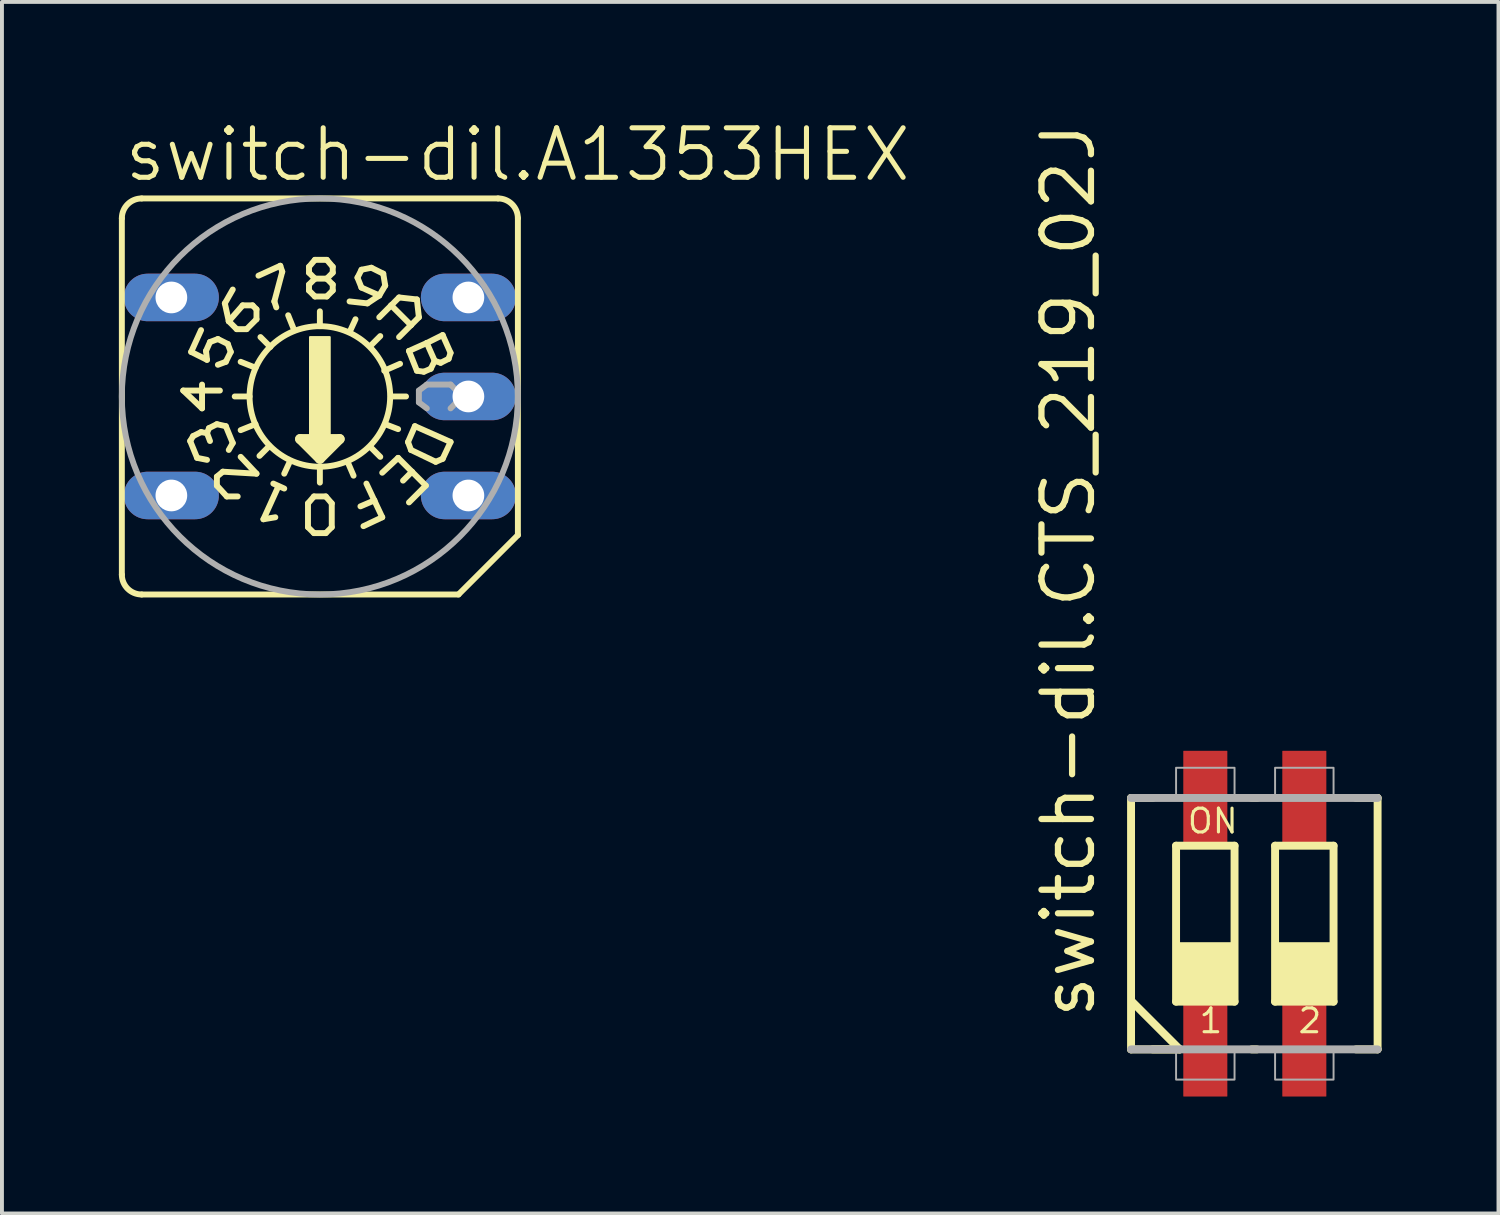
<source format=kicad_pcb>
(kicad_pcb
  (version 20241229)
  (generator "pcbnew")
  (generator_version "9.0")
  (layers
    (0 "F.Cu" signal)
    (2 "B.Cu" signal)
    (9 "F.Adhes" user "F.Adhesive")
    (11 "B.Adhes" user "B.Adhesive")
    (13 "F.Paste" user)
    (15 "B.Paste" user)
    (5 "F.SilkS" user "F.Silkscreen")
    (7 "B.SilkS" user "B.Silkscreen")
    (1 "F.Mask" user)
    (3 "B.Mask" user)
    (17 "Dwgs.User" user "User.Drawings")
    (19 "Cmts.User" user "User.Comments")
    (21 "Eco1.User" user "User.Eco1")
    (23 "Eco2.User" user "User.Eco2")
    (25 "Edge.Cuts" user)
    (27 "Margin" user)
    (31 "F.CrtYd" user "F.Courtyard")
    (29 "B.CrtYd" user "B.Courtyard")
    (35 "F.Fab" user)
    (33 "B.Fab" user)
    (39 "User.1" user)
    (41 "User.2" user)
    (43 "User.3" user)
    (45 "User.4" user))
  (footprint "switch-dil.A1353HEX"
    (layer "F.Cu")
    (at 5.156 7.121)
    (property "Reference" "switch-dil.A1353HEX" (at -5.08 -5.461 0) (layer "F.SilkS") (effects (font (size 1.27 1.27) (thickness 0.13)) (justify left bottom)))
    (attr through_hole)
    (fp_line (start -5.08 4.572) (end -5.08 -4.572) (stroke (width 0.152) (type default)) (layer "F.SilkS"))
    (fp_line (start -3.505 -0.152) (end -3.023 0.305) (stroke (width 0.152) (type default)) (layer "F.SilkS"))
    (fp_line (start -3.327 1.143) (end -3.15 1.575) (stroke (width 0.152) (type default)) (layer "F.SilkS"))
    (fp_line (start -3.302 -1.143) (end -3.048 -1.702) (stroke (width 0.152) (type default)) (layer "F.SilkS"))
    (fp_line (start -3.302 -1.143) (end -2.896 -0.94) (stroke (width 0.152) (type default)) (layer "F.SilkS"))
    (fp_line (start -3.251 1.016) (end -3.327 1.143) (stroke (width 0.152) (type default)) (layer "F.SilkS"))
    (fp_line (start -3.048 0.914) (end -3.251 1.016) (stroke (width 0.152) (type default)) (layer "F.SilkS"))
    (fp_line (start -3.023 0.305) (end -3.023 -0.305) (stroke (width 0.152) (type default)) (layer "F.SilkS"))
    (fp_line (start -2.921 -1.168) (end -2.819 -1.397) (stroke (width 0.152) (type default)) (layer "F.SilkS"))
    (fp_line (start -2.896 -0.94) (end -2.921 -1.168) (stroke (width 0.152) (type default)) (layer "F.SilkS"))
    (fp_line (start -2.896 0.94) (end -3.048 0.914) (stroke (width 0.152) (type default)) (layer "F.SilkS"))
    (fp_line (start -2.896 0.94) (end -2.819 1.143) (stroke (width 0.152) (type default)) (layer "F.SilkS"))
    (fp_line (start -2.896 1.626) (end -3.15 1.575) (stroke (width 0.152) (type default)) (layer "F.SilkS"))
    (fp_line (start -2.845 0.813) (end -2.896 0.94) (stroke (width 0.152) (type default)) (layer "F.SilkS"))
    (fp_line (start -2.819 -1.397) (end -2.616 -1.473) (stroke (width 0.152) (type default)) (layer "F.SilkS"))
    (fp_line (start -2.642 0.711) (end -2.845 0.813) (stroke (width 0.152) (type default)) (layer "F.SilkS"))
    (fp_line (start -2.642 2.057) (end -2.489 1.93) (stroke (width 0.152) (type default)) (layer "F.SilkS"))
    (fp_line (start -2.642 2.286) (end -2.642 2.057) (stroke (width 0.152) (type default)) (layer "F.SilkS"))
    (fp_line (start -2.642 2.286) (end -2.388 2.565) (stroke (width 0.152) (type default)) (layer "F.SilkS"))
    (fp_line (start -2.616 -1.473) (end -2.362 -1.346) (stroke (width 0.152) (type default)) (layer "F.SilkS"))
    (fp_line (start -2.565 -0.152) (end -3.505 -0.152) (stroke (width 0.152) (type default)) (layer "F.SilkS"))
    (fp_line (start -2.489 1.93) (end -1.626 1.981) (stroke (width 0.152) (type default)) (layer "F.SilkS"))
    (fp_line (start -2.438 -2.388) (end -2.235 -2.743) (stroke (width 0.152) (type default)) (layer "F.SilkS"))
    (fp_line (start -2.413 -0.889) (end -2.616 -0.813) (stroke (width 0.152) (type default)) (layer "F.SilkS"))
    (fp_line (start -2.413 0.762) (end -2.642 0.711) (stroke (width 0.152) (type default)) (layer "F.SilkS"))
    (fp_line (start -2.413 0.762) (end -2.235 1.194) (stroke (width 0.152) (type default)) (layer "F.SilkS"))
    (fp_line (start -2.388 2.565) (end -2.108 2.565) (stroke (width 0.152) (type default)) (layer "F.SilkS"))
    (fp_line (start -2.362 -1.346) (end -2.286 -1.143) (stroke (width 0.152) (type default)) (layer "F.SilkS"))
    (fp_line (start -2.337 -1.93) (end -2.438 -2.388) (stroke (width 0.152) (type default)) (layer "F.SilkS"))
    (fp_line (start -2.337 1.372) (end -2.235 1.194) (stroke (width 0.152) (type default)) (layer "F.SilkS"))
    (fp_line (start -2.286 -1.143) (end -2.413 -0.889) (stroke (width 0.152) (type default)) (layer "F.SilkS"))
    (fp_line (start -2.184 0) (end -1.803 0) (stroke (width 0.152) (type default)) (layer "F.SilkS"))
    (fp_line (start -2.134 -1.727) (end -2.337 -1.93) (stroke (width 0.152) (type default)) (layer "F.SilkS"))
    (fp_line (start -2.032 1.549) (end -1.626 1.981) (stroke (width 0.152) (type default)) (layer "F.SilkS"))
    (fp_line (start -1.981 -2.337) (end -2.337 -1.93) (stroke (width 0.152) (type default)) (layer "F.SilkS"))
    (fp_line (start -1.88 -1.727) (end -2.134 -1.727) (stroke (width 0.152) (type default)) (layer "F.SilkS"))
    (fp_line (start -1.88 -1.727) (end -1.626 -1.981) (stroke (width 0.152) (type default)) (layer "F.SilkS"))
    (fp_line (start -1.727 -2.337) (end -1.981 -2.337) (stroke (width 0.152) (type default)) (layer "F.SilkS"))
    (fp_line (start -1.651 -0.737) (end -2.032 -0.889) (stroke (width 0.152) (type default)) (layer "F.SilkS"))
    (fp_line (start -1.651 0.711) (end -2.032 0.864) (stroke (width 0.152) (type default)) (layer "F.SilkS"))
    (fp_line (start -1.626 -2.235) (end -1.727 -2.337) (stroke (width 0.152) (type default)) (layer "F.SilkS"))
    (fp_line (start -1.626 -1.981) (end -1.626 -2.235) (stroke (width 0.152) (type default)) (layer "F.SilkS"))
    (fp_line (start -1.575 -3.099) (end -1.016 -3.353) (stroke (width 0.152) (type default)) (layer "F.SilkS"))
    (fp_line (start -1.448 3.15) (end -1.143 3.099) (stroke (width 0.152) (type default)) (layer "F.SilkS"))
    (fp_line (start -1.295 1.27) (end -1.549 1.524) (stroke (width 0.152) (type default)) (layer "F.SilkS"))
    (fp_line (start -1.27 -1.27) (end -1.524 -1.524) (stroke (width 0.152) (type default)) (layer "F.SilkS"))
    (fp_line (start -1.194 2.235) (end -0.914 2.362) (stroke (width 0.152) (type default)) (layer "F.SilkS"))
    (fp_line (start -1.168 -2.438) (end -1.118 -2.286) (stroke (width 0.152) (type default)) (layer "F.SilkS"))
    (fp_line (start -1.067 2.311) (end -1.448 3.15) (stroke (width 0.152) (type default)) (layer "F.SilkS"))
    (fp_line (start -1.016 -3.353) (end -0.965 -3.2) (stroke (width 0.152) (type default)) (layer "F.SilkS"))
    (fp_line (start -0.965 -3.2) (end -1.168 -2.438) (stroke (width 0.152) (type default)) (layer "F.SilkS"))
    (fp_line (start -0.762 1.651) (end -0.914 1.981) (stroke (width 0.152) (type default)) (layer "F.SilkS"))
    (fp_line (start -0.66 -1.702) (end -0.813 -2.083) (stroke (width 0.152) (type default)) (layer "F.SilkS"))
    (fp_line (start -0.508 1.092) (end 0 1.6) (stroke (width 0.254) (type default)) (layer "F.SilkS"))
    (fp_line (start -0.305 2.743) (end -0.305 3.353) (stroke (width 0.152) (type default)) (layer "F.SilkS"))
    (fp_line (start -0.305 3.353) (end -0.152 3.505) (stroke (width 0.152) (type default)) (layer "F.SilkS"))
    (fp_line (start -0.279 -3.327) (end -0.279 -3.175) (stroke (width 0.152) (type default)) (layer "F.SilkS"))
    (fp_line (start -0.279 -3.175) (end -0.127 -3.023) (stroke (width 0.152) (type default)) (layer "F.SilkS"))
    (fp_line (start -0.279 -2.87) (end -0.279 -2.718) (stroke (width 0.152) (type default)) (layer "F.SilkS"))
    (fp_line (start -0.279 -2.718) (end -0.127 -2.565) (stroke (width 0.152) (type default)) (layer "F.SilkS"))
    (fp_line (start -0.254 1.219) (end 0.254 1.219) (stroke (width 0.254) (type default)) (layer "F.SilkS"))
    (fp_line (start -0.152 2.565) (end -0.305 2.743) (stroke (width 0.152) (type default)) (layer "F.SilkS"))
    (fp_line (start -0.152 3.505) (end 0.152 3.505) (stroke (width 0.152) (type default)) (layer "F.SilkS"))
    (fp_line (start -0.127 -3.505) (end -0.279 -3.327) (stroke (width 0.152) (type default)) (layer "F.SilkS"))
    (fp_line (start -0.127 -3.023) (end -0.279 -2.87) (stroke (width 0.152) (type default)) (layer "F.SilkS"))
    (fp_line (start -0.127 -3.023) (end 0.178 -3.023) (stroke (width 0.152) (type default)) (layer "F.SilkS"))
    (fp_line (start -0.127 -2.565) (end 0.178 -2.565) (stroke (width 0.152) (type default)) (layer "F.SilkS"))
    (fp_line (start 0 -1.803) (end 0 -2.184) (stroke (width 0.152) (type default)) (layer "F.SilkS"))
    (fp_line (start 0 1.473) (end 0 1.346) (stroke (width 0.254) (type default)) (layer "F.SilkS"))
    (fp_line (start 0 1.6) (end 0.508 1.092) (stroke (width 0.254) (type default)) (layer "F.SilkS"))
    (fp_line (start 0 1.829) (end 0 2.21) (stroke (width 0.152) (type default)) (layer "F.SilkS"))
    (fp_line (start 0.152 2.565) (end -0.152 2.565) (stroke (width 0.152) (type default)) (layer "F.SilkS"))
    (fp_line (start 0.152 3.505) (end 0.305 3.353) (stroke (width 0.152) (type default)) (layer "F.SilkS"))
    (fp_line (start 0.178 -3.505) (end -0.127 -3.505) (stroke (width 0.152) (type default)) (layer "F.SilkS"))
    (fp_line (start 0.178 -3.023) (end 0.33 -3.175) (stroke (width 0.152) (type default)) (layer "F.SilkS"))
    (fp_line (start 0.178 -2.565) (end 0.33 -2.718) (stroke (width 0.152) (type default)) (layer "F.SilkS"))
    (fp_line (start 0.305 2.743) (end 0.152 2.565) (stroke (width 0.152) (type default)) (layer "F.SilkS"))
    (fp_line (start 0.305 3.353) (end 0.305 2.743) (stroke (width 0.152) (type default)) (layer "F.SilkS"))
    (fp_line (start 0.33 -3.327) (end 0.178 -3.505) (stroke (width 0.152) (type default)) (layer "F.SilkS"))
    (fp_line (start 0.33 -3.175) (end 0.33 -3.327) (stroke (width 0.152) (type default)) (layer "F.SilkS"))
    (fp_line (start 0.33 -2.87) (end 0.178 -3.023) (stroke (width 0.152) (type default)) (layer "F.SilkS"))
    (fp_line (start 0.33 -2.718) (end 0.33 -2.87) (stroke (width 0.152) (type default)) (layer "F.SilkS"))
    (fp_line (start 0.508 1.092) (end -0.508 1.092) (stroke (width 0.254) (type default)) (layer "F.SilkS"))
    (fp_line (start 0.711 1.676) (end 0.864 2.032) (stroke (width 0.152) (type default)) (layer "F.SilkS"))
    (fp_line (start 0.762 -1.651) (end 0.914 -1.981) (stroke (width 0.152) (type default)) (layer "F.SilkS"))
    (fp_line (start 0.965 -3.048) (end 1.067 -2.794) (stroke (width 0.152) (type default)) (layer "F.SilkS"))
    (fp_line (start 1.067 -3.251) (end 0.965 -3.048) (stroke (width 0.152) (type default)) (layer "F.SilkS"))
    (fp_line (start 1.067 -2.794) (end 1.524 -2.591) (stroke (width 0.152) (type default)) (layer "F.SilkS"))
    (fp_line (start 1.118 3.327) (end 1.6 3.099) (stroke (width 0.152) (type default)) (layer "F.SilkS"))
    (fp_line (start 1.219 -2.388) (end 0.762 -2.438) (stroke (width 0.152) (type default)) (layer "F.SilkS"))
    (fp_line (start 1.295 -1.295) (end 1.549 -1.549) (stroke (width 0.152) (type default)) (layer "F.SilkS"))
    (fp_line (start 1.295 1.295) (end 1.549 1.549) (stroke (width 0.152) (type default)) (layer "F.SilkS"))
    (fp_line (start 1.321 -3.302) (end 1.067 -3.251) (stroke (width 0.152) (type default)) (layer "F.SilkS"))
    (fp_line (start 1.397 2.667) (end 1.041 2.819) (stroke (width 0.152) (type default)) (layer "F.SilkS"))
    (fp_line (start 1.397 2.667) (end 1.194 2.235) (stroke (width 0.152) (type default)) (layer "F.SilkS"))
    (fp_line (start 1.524 -2.591) (end 1.219 -2.388) (stroke (width 0.152) (type default)) (layer "F.SilkS"))
    (fp_line (start 1.524 -2.032) (end 1.829 -2.337) (stroke (width 0.152) (type default)) (layer "F.SilkS"))
    (fp_line (start 1.6 3.099) (end 1.397 2.667) (stroke (width 0.152) (type default)) (layer "F.SilkS"))
    (fp_line (start 1.626 -3.15) (end 1.321 -3.302) (stroke (width 0.152) (type default)) (layer "F.SilkS"))
    (fp_line (start 1.626 -3.15) (end 1.676 -2.845) (stroke (width 0.152) (type default)) (layer "F.SilkS"))
    (fp_line (start 1.651 -0.66) (end 2.057 -0.838) (stroke (width 0.152) (type default)) (layer "F.SilkS"))
    (fp_line (start 1.676 -2.845) (end 1.524 -2.591) (stroke (width 0.152) (type default)) (layer "F.SilkS"))
    (fp_line (start 1.676 0.711) (end 2.007 0.838) (stroke (width 0.152) (type default)) (layer "F.SilkS"))
    (fp_line (start 1.829 -2.337) (end 2.032 -2.54) (stroke (width 0.152) (type default)) (layer "F.SilkS"))
    (fp_line (start 1.829 -2.337) (end 2.337 -1.829) (stroke (width 0.152) (type default)) (layer "F.SilkS"))
    (fp_line (start 1.829 0) (end 2.21 0) (stroke (width 0.152) (type default)) (layer "F.SilkS"))
    (fp_line (start 2.007 1.575) (end 1.6 1.956) (stroke (width 0.152) (type default)) (layer "F.SilkS"))
    (fp_line (start 2.007 1.575) (end 2.362 1.93) (stroke (width 0.152) (type default)) (layer "F.SilkS"))
    (fp_line (start 2.032 -2.54) (end 2.489 -2.489) (stroke (width 0.152) (type default)) (layer "F.SilkS"))
    (fp_line (start 2.261 1.168) (end 2.337 1.372) (stroke (width 0.152) (type default)) (layer "F.SilkS"))
    (fp_line (start 2.286 -1.168) (end 2.743 -1.372) (stroke (width 0.152) (type default)) (layer "F.SilkS"))
    (fp_line (start 2.337 -1.829) (end 2.032 -1.524) (stroke (width 0.152) (type default)) (layer "F.SilkS"))
    (fp_line (start 2.337 1.372) (end 2.972 1.676) (stroke (width 0.152) (type default)) (layer "F.SilkS"))
    (fp_line (start 2.362 1.93) (end 2.134 2.159) (stroke (width 0.152) (type default)) (layer "F.SilkS"))
    (fp_line (start 2.362 1.93) (end 2.718 2.286) (stroke (width 0.152) (type default)) (layer "F.SilkS"))
    (fp_line (start 2.438 0.762) (end 2.261 1.168) (stroke (width 0.152) (type default)) (layer "F.SilkS"))
    (fp_line (start 2.489 -2.489) (end 2.54 -2.032) (stroke (width 0.152) (type default)) (layer "F.SilkS"))
    (fp_line (start 2.489 -0.66) (end 2.286 -1.168) (stroke (width 0.152) (type default)) (layer "F.SilkS"))
    (fp_line (start 2.54 -2.032) (end 2.337 -1.829) (stroke (width 0.152) (type default)) (layer "F.SilkS"))
    (fp_line (start 2.667 -0.635) (end 2.489 -0.66) (stroke (width 0.152) (type default)) (layer "F.SilkS"))
    (fp_line (start 2.718 2.286) (end 2.286 2.718) (stroke (width 0.152) (type default)) (layer "F.SilkS"))
    (fp_line (start 2.743 -1.372) (end 3.15 -1.575) (stroke (width 0.152) (type default)) (layer "F.SilkS"))
    (fp_line (start 2.845 -0.711) (end 2.667 -0.635) (stroke (width 0.152) (type default)) (layer "F.SilkS"))
    (fp_line (start 2.946 -0.914) (end 2.743 -1.372) (stroke (width 0.152) (type default)) (layer "F.SilkS"))
    (fp_line (start 2.946 -0.914) (end 2.845 -0.711) (stroke (width 0.152) (type default)) (layer "F.SilkS"))
    (fp_line (start 2.972 1.676) (end 3.15 1.6) (stroke (width 0.152) (type default)) (layer "F.SilkS"))
    (fp_line (start 3.099 -0.864) (end 2.946 -0.914) (stroke (width 0.152) (type default)) (layer "F.SilkS"))
    (fp_line (start 3.15 -1.575) (end 3.353 -1.118) (stroke (width 0.152) (type default)) (layer "F.SilkS"))
    (fp_line (start 3.15 1.6) (end 3.353 1.168) (stroke (width 0.152) (type default)) (layer "F.SilkS"))
    (fp_line (start 3.302 -0.965) (end 3.099 -0.864) (stroke (width 0.152) (type default)) (layer "F.SilkS"))
    (fp_line (start 3.353 -1.118) (end 3.302 -0.965) (stroke (width 0.152) (type default)) (layer "F.SilkS"))
    (fp_line (start 3.353 1.168) (end 2.438 0.762) (stroke (width 0.152) (type default)) (layer "F.SilkS"))
    (fp_line (start 3.556 5.08) (end -4.572 5.08) (stroke (width 0.152) (type default)) (layer "F.SilkS"))
    (fp_line (start 4.572 -5.08) (end -4.572 -5.08) (stroke (width 0.152) (type default)) (layer "F.SilkS"))
    (fp_line (start 5.08 3.556) (end 3.556 5.08) (stroke (width 0.152) (type default)) (layer "F.SilkS"))
    (fp_line (start 5.08 3.556) (end 5.08 -4.572) (stroke (width 0.152) (type default)) (layer "F.SilkS"))
    (fp_rect (start -0.254 1.016) (end 0.254 -1.524) (stroke (width 0.05) (type default)) (fill yes) (layer "F.SilkS"))
    (fp_arc (start -5.08 -4.572) (mid -4.93121 -4.93121) (end -4.572 -5.08) (stroke (width 0.1524) (type default)) (layer "F.SilkS"))
    (fp_arc (start -4.572 5.08) (mid -4.93121 4.93121) (end -5.08 4.572) (stroke (width 0.1524) (type default)) (layer "F.SilkS"))
    (fp_arc (start 4.572 -5.08) (mid 4.93121 -4.93121) (end 5.08 -4.572) (stroke (width 0.1524) (type default)) (layer "F.SilkS"))
    (fp_circle (center 0 0) (end 1.803 0) (stroke (width 0.152) (type default)) (fill no) (layer "F.SilkS"))
    (fp_line (start 2.54 -0.152) (end 2.54 0.152) (stroke (width 0.152) (type default)) (layer "F.Fab"))
    (fp_line (start 2.54 0.152) (end 2.743 0.305) (stroke (width 0.152) (type default)) (layer "F.Fab"))
    (fp_line (start 2.743 -0.305) (end 2.54 -0.152) (stroke (width 0.152) (type default)) (layer "F.Fab"))
    (fp_line (start 2.743 -0.305) (end 3.353 -0.305) (stroke (width 0.152) (type default)) (layer "F.Fab"))
    (fp_line (start 3.353 -0.305) (end 3.505 -0.152) (stroke (width 0.152) (type default)) (layer "F.Fab"))
    (fp_line (start 3.505 -0.152) (end 3.505 0.152) (stroke (width 0.152) (type default)) (layer "F.Fab"))
    (fp_line (start 3.505 0.152) (end 3.353 0.305) (stroke (width 0.152) (type default)) (layer "F.Fab"))
    (fp_circle (center 0 0) (end 5.08 0) (stroke (width 0.152) (type default)) (fill no) (layer "F.Fab"))
    (pad "1" thru_hole oval (at 3.81 2.54) (size 2.438 1.219) (drill 0.813) (layers "*.Cu" "*.Mask"))
    (pad "2" thru_hole oval (at -3.81 -2.54) (size 2.438 1.219) (drill 0.813) (layers "*.Cu" "*.Mask"))
    (pad "4" thru_hole oval (at 3.81 -2.54) (size 2.438 1.219) (drill 0.813) (layers "*.Cu" "*.Mask"))
    (pad "8" thru_hole oval (at -3.81 2.54) (size 2.438 1.219) (drill 0.813) (layers "*.Cu" "*.Mask"))
    (pad "C" thru_hole oval (at 3.81 0) (size 2.438 1.219) (drill 0.813) (layers "*.Cu" "*.Mask")))
  (footprint "switch-dil.CTS_219_02J"
    (layer "F.Cu")
    (at 29.141 20.646)
    (property "Reference" "switch-dil.CTS_219_02J" (at -4.04 2.5 90) (layer "F.SilkS") (effects (font (size 1.27 1.27) (thickness 0.16)) (justify left bottom)))
    (attr smd)
    (fp_line (start -3.175 -3.225) (end -2.62 -3.225) (stroke (width 0.203) (type default)) (layer "F.SilkS"))
    (fp_line (start -3.175 3.225) (end -3.175 -3.225) (stroke (width 0.203) (type default)) (layer "F.SilkS"))
    (fp_line (start -3.15 2) (end -1.925 3.225) (stroke (width 0.203) (type default)) (layer "F.SilkS"))
    (fp_line (start -2.62 3.225) (end -1.925 3.225) (stroke (width 0.203) (type default)) (layer "F.SilkS"))
    (fp_line (start -2.02 -2) (end -0.52 -2) (stroke (width 0.203) (type default)) (layer "F.SilkS"))
    (fp_line (start -2.02 2) (end -2.02 -2) (stroke (width 0.203) (type default)) (layer "F.SilkS"))
    (fp_line (start -1.925 3.225) (end -3.175 3.225) (stroke (width 0.203) (type default)) (layer "F.SilkS"))
    (fp_line (start -0.52 -2) (end -0.52 2) (stroke (width 0.203) (type default)) (layer "F.SilkS"))
    (fp_line (start -0.52 2) (end -2.02 2) (stroke (width 0.203) (type default)) (layer "F.SilkS"))
    (fp_line (start -0.08 3.225) (end 0.055 3.225) (stroke (width 0.203) (type default)) (layer "F.SilkS"))
    (fp_line (start 0.055 -3.225) (end -0.08 -3.225) (stroke (width 0.203) (type default)) (layer "F.SilkS"))
    (fp_line (start 0.52 -2) (end 2.02 -2) (stroke (width 0.203) (type default)) (layer "F.SilkS"))
    (fp_line (start 0.52 2) (end 0.52 -2) (stroke (width 0.203) (type default)) (layer "F.SilkS"))
    (fp_line (start 2.02 -2) (end 2.02 2) (stroke (width 0.203) (type default)) (layer "F.SilkS"))
    (fp_line (start 2.02 2) (end 0.52 2) (stroke (width 0.203) (type default)) (layer "F.SilkS"))
    (fp_line (start 2.595 -3.225) (end 3.15 -3.225) (stroke (width 0.203) (type default)) (layer "F.SilkS"))
    (fp_line (start 3.15 -3.225) (end 3.15 3.225) (stroke (width 0.203) (type default)) (layer "F.SilkS"))
    (fp_line (start 3.15 3.225) (end 2.595 3.225) (stroke (width 0.203) (type default)) (layer "F.SilkS"))
    (fp_rect (start -2.02 2) (end -0.52 0.5) (stroke (width 0.05) (type default)) (fill yes) (layer "F.SilkS"))
    (fp_rect (start 0.52 2) (end 2.02 0.5) (stroke (width 0.05) (type default)) (fill yes) (layer "F.SilkS"))
    (fp_line (start -3.175 -3.225) (end 3.15 -3.225) (stroke (width 0.203) (type default)) (layer "F.Fab"))
    (fp_line (start 3.15 3.225) (end -3.175 3.225) (stroke (width 0.203) (type default)) (layer "F.Fab"))
    (fp_rect (start -2.02 -3.25) (end -0.52 -4) (stroke (width 0.05) (type default)) (fill no) (layer "F.Fab"))
    (fp_rect (start -2.02 4) (end -0.52 3.25) (stroke (width 0.05) (type default)) (fill no) (layer "F.Fab"))
    (fp_rect (start 0.52 -3.25) (end 2.02 -4) (stroke (width 0.05) (type default)) (fill no) (layer "F.Fab"))
    (fp_rect (start 0.52 4) (end 2.02 3.25) (stroke (width 0.05) (type default)) (fill no) (layer "F.Fab"))
    (fp_text user "1" (at -1.47 2.85 0) (layer "F.SilkS") (effects (font (size 0.61 0.61) (thickness 0.08)) (justify left bottom)))
    (fp_text user "ON" (at -1.77 -2.275 0) (layer "F.SilkS") (effects (font (size 0.61 0.61) (thickness 0.08)) (justify left bottom)))
    (fp_text user "2" (at 1.07 2.85 0) (layer "F.SilkS") (effects (font (size 0.61 0.61) (thickness 0.08)) (justify left bottom)))
    (pad "1" smd roundrect (at -1.27 3.215) (size 1.13 2.44) (layers "F.Cu" "F.Mask" "F.Paste") (roundrect_rratio 0.01))
    (pad "2" smd roundrect (at 1.27 3.215) (size 1.13 2.44) (layers "F.Cu" "F.Mask" "F.Paste") (roundrect_rratio 0.01))
    (pad "3" smd roundrect (at 1.27 -3.215 180) (size 1.13 2.44) (layers "F.Cu" "F.Mask" "F.Paste") (roundrect_rratio 0.01))
    (pad "4" smd roundrect (at -1.27 -3.215 180) (size 1.13 2.44) (layers "F.Cu" "F.Mask" "F.Paste") (roundrect_rratio 0.01)))
  (gr_rect
    (start -3 -3)
    (end 35.392 28.081)
    (stroke (width 0.1) (type default))
    (fill no)
    (layer "Edge.Cuts")))
</source>
